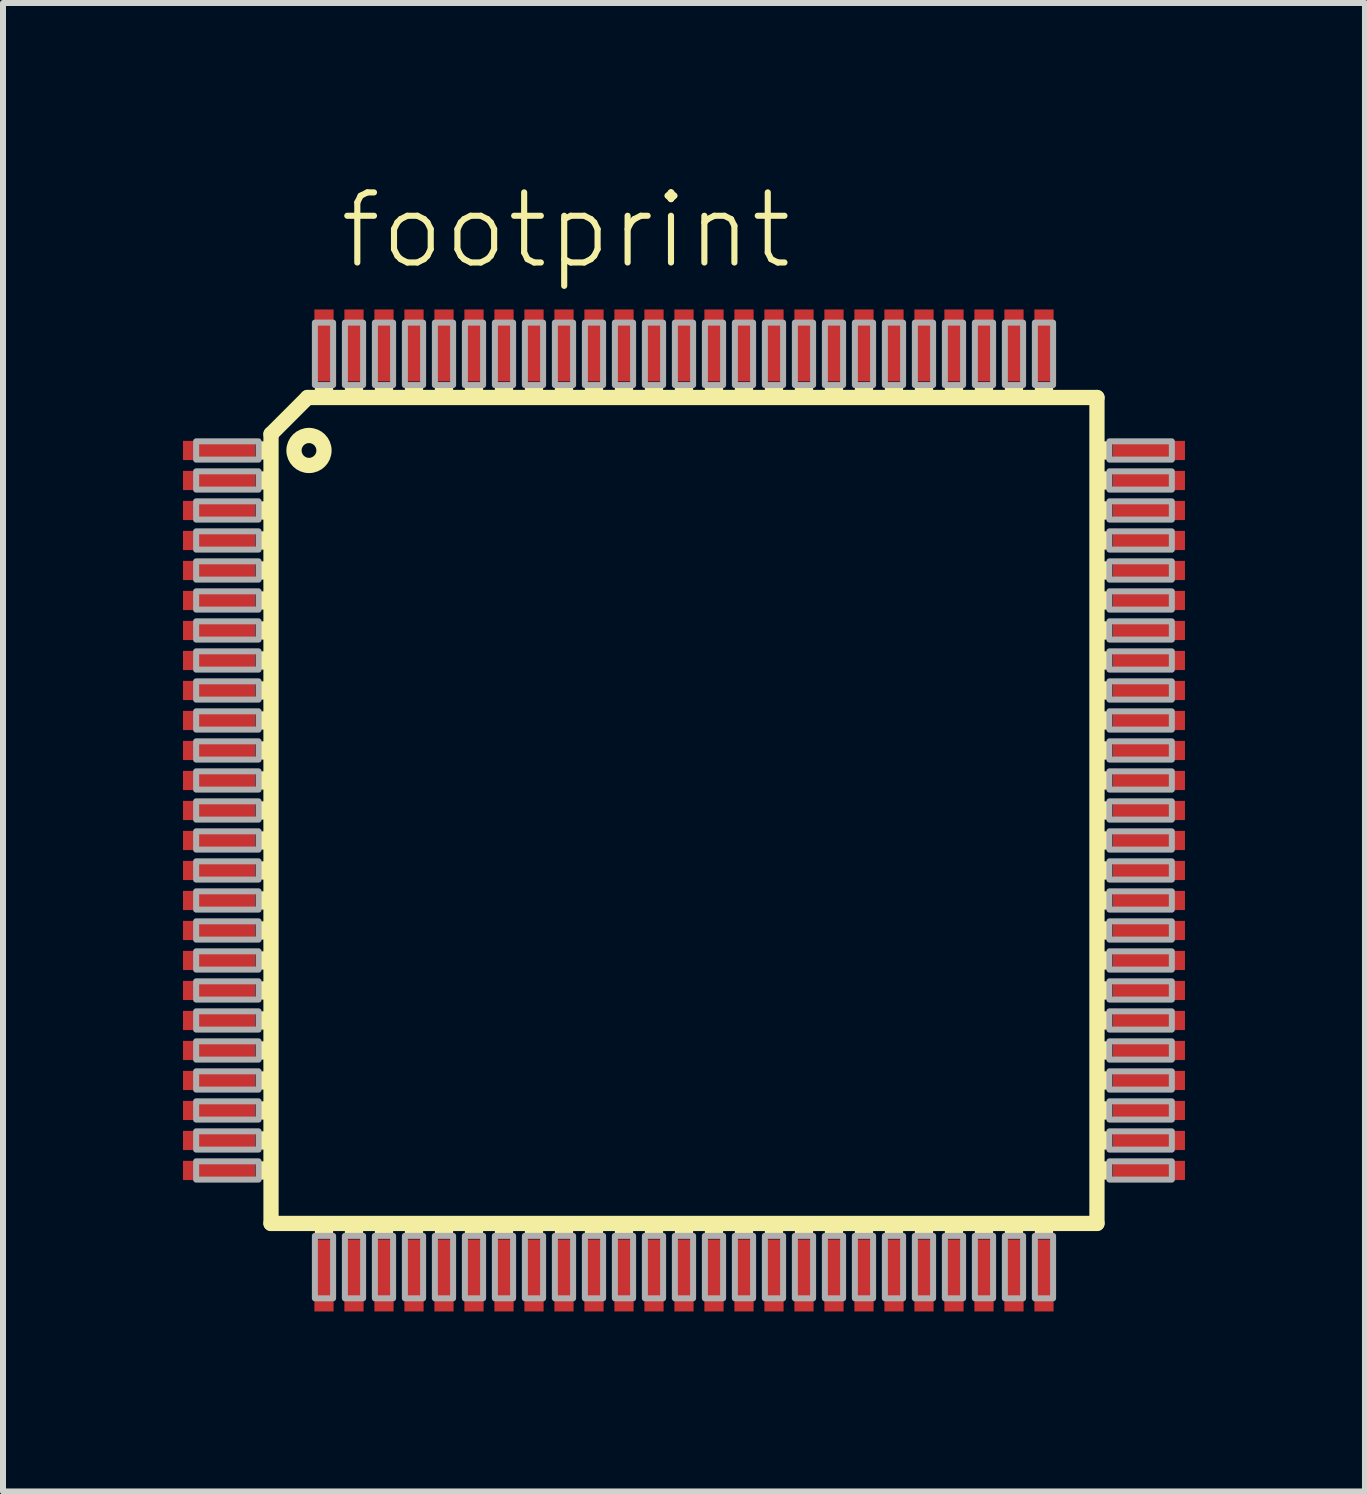
<source format=kicad_pcb>
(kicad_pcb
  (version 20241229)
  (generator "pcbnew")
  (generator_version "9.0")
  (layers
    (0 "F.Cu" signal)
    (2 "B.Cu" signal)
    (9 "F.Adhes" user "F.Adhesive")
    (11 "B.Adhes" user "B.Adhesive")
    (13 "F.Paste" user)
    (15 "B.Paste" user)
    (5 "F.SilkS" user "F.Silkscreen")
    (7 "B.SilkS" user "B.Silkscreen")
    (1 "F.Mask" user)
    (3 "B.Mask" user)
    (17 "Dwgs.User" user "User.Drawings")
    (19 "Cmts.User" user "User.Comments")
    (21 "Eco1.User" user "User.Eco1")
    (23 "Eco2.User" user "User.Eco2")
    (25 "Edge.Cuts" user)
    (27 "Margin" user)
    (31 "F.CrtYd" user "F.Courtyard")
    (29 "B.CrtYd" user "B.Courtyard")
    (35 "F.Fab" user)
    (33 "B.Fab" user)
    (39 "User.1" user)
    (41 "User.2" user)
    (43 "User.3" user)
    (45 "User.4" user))
  (footprint "footprint"
    (layer "F.Cu")
    (at 8.35 10.458)
    (property "Reference" "footprint" (at -5.79 -8.985 0) (layer "F.SilkS") (effects (font (size 1.168 1.168) (thickness 0.102)) (justify left bottom)))
    (fp_line (start -6.883 -6.274) (end -6.274 -6.883) (stroke (width 0.254) (type solid)) (layer "F.SilkS"))
    (fp_line (start -6.883 6.883) (end -6.883 -6.274) (stroke (width 0.254) (type solid)) (layer "F.SilkS"))
    (fp_line (start -6.274 -6.883) (end 6.883 -6.883) (stroke (width 0.254) (type solid)) (layer "F.SilkS"))
    (fp_line (start 6.883 -6.883) (end 6.883 6.883) (stroke (width 0.254) (type solid)) (layer "F.SilkS"))
    (fp_line (start 6.883 6.883) (end -6.883 6.883) (stroke (width 0.254) (type solid)) (layer "F.SilkS"))
    (fp_circle (center -6.25 -6) (end -6 -6) (stroke (width 0.254) (type solid)) (fill no) (layer "F.SilkS"))
    (fp_poly (pts (xy -7.115 -5.848) (xy -6.861 -5.848) (xy -6.861 -6.152) (xy -7.115 -6.152)) (stroke (width 0) (type solid)) (fill yes) (layer "F.SilkS"))
    (fp_poly (pts (xy -7.115 -5.348) (xy -6.861 -5.348) (xy -6.861 -5.652) (xy -7.115 -5.652)) (stroke (width 0) (type solid)) (fill yes) (layer "F.SilkS"))
    (fp_poly (pts (xy -7.115 -4.848) (xy -6.861 -4.848) (xy -6.861 -5.152) (xy -7.115 -5.152)) (stroke (width 0) (type solid)) (fill yes) (layer "F.SilkS"))
    (fp_poly (pts (xy -7.115 -4.348) (xy -6.861 -4.348) (xy -6.861 -4.652) (xy -7.115 -4.652)) (stroke (width 0) (type solid)) (fill yes) (layer "F.SilkS"))
    (fp_poly (pts (xy -7.115 -3.848) (xy -6.861 -3.848) (xy -6.861 -4.152) (xy -7.115 -4.152)) (stroke (width 0) (type solid)) (fill yes) (layer "F.SilkS"))
    (fp_poly (pts (xy -7.115 -3.348) (xy -6.861 -3.348) (xy -6.861 -3.652) (xy -7.115 -3.652)) (stroke (width 0) (type solid)) (fill yes) (layer "F.SilkS"))
    (fp_poly (pts (xy -7.115 -2.848) (xy -6.861 -2.848) (xy -6.861 -3.152) (xy -7.115 -3.152)) (stroke (width 0) (type solid)) (fill yes) (layer "F.SilkS"))
    (fp_poly (pts (xy -7.115 -2.348) (xy -6.861 -2.348) (xy -6.861 -2.652) (xy -7.115 -2.652)) (stroke (width 0) (type solid)) (fill yes) (layer "F.SilkS"))
    (fp_poly (pts (xy -7.115 -1.848) (xy -6.861 -1.848) (xy -6.861 -2.152) (xy -7.115 -2.152)) (stroke (width 0) (type solid)) (fill yes) (layer "F.SilkS"))
    (fp_poly (pts (xy -7.115 -1.348) (xy -6.861 -1.348) (xy -6.861 -1.652) (xy -7.115 -1.652)) (stroke (width 0) (type solid)) (fill yes) (layer "F.SilkS"))
    (fp_poly (pts (xy -7.115 -0.848) (xy -6.861 -0.848) (xy -6.861 -1.152) (xy -7.115 -1.152)) (stroke (width 0) (type solid)) (fill yes) (layer "F.SilkS"))
    (fp_poly (pts (xy -7.115 -0.348) (xy -6.861 -0.348) (xy -6.861 -0.652) (xy -7.115 -0.652)) (stroke (width 0) (type solid)) (fill yes) (layer "F.SilkS"))
    (fp_poly (pts (xy -7.115 0.152) (xy -6.861 0.152) (xy -6.861 -0.152) (xy -7.115 -0.152)) (stroke (width 0) (type solid)) (fill yes) (layer "F.SilkS"))
    (fp_poly (pts (xy -7.115 0.652) (xy -6.861 0.652) (xy -6.861 0.348) (xy -7.115 0.348)) (stroke (width 0) (type solid)) (fill yes) (layer "F.SilkS"))
    (fp_poly (pts (xy -7.115 1.152) (xy -6.861 1.152) (xy -6.861 0.848) (xy -7.115 0.848)) (stroke (width 0) (type solid)) (fill yes) (layer "F.SilkS"))
    (fp_poly (pts (xy -7.115 1.652) (xy -6.861 1.652) (xy -6.861 1.348) (xy -7.115 1.348)) (stroke (width 0) (type solid)) (fill yes) (layer "F.SilkS"))
    (fp_poly (pts (xy -7.115 2.152) (xy -6.861 2.152) (xy -6.861 1.848) (xy -7.115 1.848)) (stroke (width 0) (type solid)) (fill yes) (layer "F.SilkS"))
    (fp_poly (pts (xy -7.115 2.652) (xy -6.861 2.652) (xy -6.861 2.348) (xy -7.115 2.348)) (stroke (width 0) (type solid)) (fill yes) (layer "F.SilkS"))
    (fp_poly (pts (xy -7.115 3.152) (xy -6.861 3.152) (xy -6.861 2.848) (xy -7.115 2.848)) (stroke (width 0) (type solid)) (fill yes) (layer "F.SilkS"))
    (fp_poly (pts (xy -7.115 3.652) (xy -6.861 3.652) (xy -6.861 3.348) (xy -7.115 3.348)) (stroke (width 0) (type solid)) (fill yes) (layer "F.SilkS"))
    (fp_poly (pts (xy -7.115 4.152) (xy -6.861 4.152) (xy -6.861 3.848) (xy -7.115 3.848)) (stroke (width 0) (type solid)) (fill yes) (layer "F.SilkS"))
    (fp_poly (pts (xy -7.115 4.652) (xy -6.861 4.652) (xy -6.861 4.348) (xy -7.115 4.348)) (stroke (width 0) (type solid)) (fill yes) (layer "F.SilkS"))
    (fp_poly (pts (xy -7.115 5.152) (xy -6.861 5.152) (xy -6.861 4.848) (xy -7.115 4.848)) (stroke (width 0) (type solid)) (fill yes) (layer "F.SilkS"))
    (fp_poly (pts (xy -7.115 5.652) (xy -6.861 5.652) (xy -6.861 5.348) (xy -7.115 5.348)) (stroke (width 0) (type solid)) (fill yes) (layer "F.SilkS"))
    (fp_poly (pts (xy -7.115 6.152) (xy -6.861 6.152) (xy -6.861 5.848) (xy -7.115 5.848)) (stroke (width 0) (type solid)) (fill yes) (layer "F.SilkS"))
    (fp_poly (pts (xy -6.152 -6.861) (xy -5.848 -6.861) (xy -5.848 -7.115) (xy -6.152 -7.115)) (stroke (width 0) (type solid)) (fill yes) (layer "F.SilkS"))
    (fp_poly (pts (xy -6.152 7.115) (xy -5.848 7.115) (xy -5.848 6.861) (xy -6.152 6.861)) (stroke (width 0) (type solid)) (fill yes) (layer "F.SilkS"))
    (fp_poly (pts (xy -5.652 -6.861) (xy -5.348 -6.861) (xy -5.348 -7.115) (xy -5.652 -7.115)) (stroke (width 0) (type solid)) (fill yes) (layer "F.SilkS"))
    (fp_poly (pts (xy -5.652 7.115) (xy -5.348 7.115) (xy -5.348 6.861) (xy -5.652 6.861)) (stroke (width 0) (type solid)) (fill yes) (layer "F.SilkS"))
    (fp_poly (pts (xy -5.152 -6.861) (xy -4.848 -6.861) (xy -4.848 -7.115) (xy -5.152 -7.115)) (stroke (width 0) (type solid)) (fill yes) (layer "F.SilkS"))
    (fp_poly (pts (xy -5.152 7.115) (xy -4.848 7.115) (xy -4.848 6.861) (xy -5.152 6.861)) (stroke (width 0) (type solid)) (fill yes) (layer "F.SilkS"))
    (fp_poly (pts (xy -4.652 -6.861) (xy -4.348 -6.861) (xy -4.348 -7.115) (xy -4.652 -7.115)) (stroke (width 0) (type solid)) (fill yes) (layer "F.SilkS"))
    (fp_poly (pts (xy -4.652 7.115) (xy -4.348 7.115) (xy -4.348 6.861) (xy -4.652 6.861)) (stroke (width 0) (type solid)) (fill yes) (layer "F.SilkS"))
    (fp_poly (pts (xy -4.152 -6.861) (xy -3.848 -6.861) (xy -3.848 -7.115) (xy -4.152 -7.115)) (stroke (width 0) (type solid)) (fill yes) (layer "F.SilkS"))
    (fp_poly (pts (xy -4.152 7.115) (xy -3.848 7.115) (xy -3.848 6.861) (xy -4.152 6.861)) (stroke (width 0) (type solid)) (fill yes) (layer "F.SilkS"))
    (fp_poly (pts (xy -3.652 -6.861) (xy -3.348 -6.861) (xy -3.348 -7.115) (xy -3.652 -7.115)) (stroke (width 0) (type solid)) (fill yes) (layer "F.SilkS"))
    (fp_poly (pts (xy -3.652 7.115) (xy -3.348 7.115) (xy -3.348 6.861) (xy -3.652 6.861)) (stroke (width 0) (type solid)) (fill yes) (layer "F.SilkS"))
    (fp_poly (pts (xy -3.152 -6.861) (xy -2.848 -6.861) (xy -2.848 -7.115) (xy -3.152 -7.115)) (stroke (width 0) (type solid)) (fill yes) (layer "F.SilkS"))
    (fp_poly (pts (xy -3.152 7.115) (xy -2.848 7.115) (xy -2.848 6.861) (xy -3.152 6.861)) (stroke (width 0) (type solid)) (fill yes) (layer "F.SilkS"))
    (fp_poly (pts (xy -2.652 -6.861) (xy -2.348 -6.861) (xy -2.348 -7.115) (xy -2.652 -7.115)) (stroke (width 0) (type solid)) (fill yes) (layer "F.SilkS"))
    (fp_poly (pts (xy -2.652 7.115) (xy -2.348 7.115) (xy -2.348 6.861) (xy -2.652 6.861)) (stroke (width 0) (type solid)) (fill yes) (layer "F.SilkS"))
    (fp_poly (pts (xy -2.152 -6.861) (xy -1.848 -6.861) (xy -1.848 -7.115) (xy -2.152 -7.115)) (stroke (width 0) (type solid)) (fill yes) (layer "F.SilkS"))
    (fp_poly (pts (xy -2.152 7.115) (xy -1.848 7.115) (xy -1.848 6.861) (xy -2.152 6.861)) (stroke (width 0) (type solid)) (fill yes) (layer "F.SilkS"))
    (fp_poly (pts (xy -1.652 -6.861) (xy -1.348 -6.861) (xy -1.348 -7.115) (xy -1.652 -7.115)) (stroke (width 0) (type solid)) (fill yes) (layer "F.SilkS"))
    (fp_poly (pts (xy -1.652 7.115) (xy -1.348 7.115) (xy -1.348 6.861) (xy -1.652 6.861)) (stroke (width 0) (type solid)) (fill yes) (layer "F.SilkS"))
    (fp_poly (pts (xy -1.152 -6.861) (xy -0.848 -6.861) (xy -0.848 -7.115) (xy -1.152 -7.115)) (stroke (width 0) (type solid)) (fill yes) (layer "F.SilkS"))
    (fp_poly (pts (xy -1.152 7.115) (xy -0.848 7.115) (xy -0.848 6.861) (xy -1.152 6.861)) (stroke (width 0) (type solid)) (fill yes) (layer "F.SilkS"))
    (fp_poly (pts (xy -0.652 -6.861) (xy -0.348 -6.861) (xy -0.348 -7.115) (xy -0.652 -7.115)) (stroke (width 0) (type solid)) (fill yes) (layer "F.SilkS"))
    (fp_poly (pts (xy -0.652 7.115) (xy -0.348 7.115) (xy -0.348 6.861) (xy -0.652 6.861)) (stroke (width 0) (type solid)) (fill yes) (layer "F.SilkS"))
    (fp_poly (pts (xy -0.152 -6.861) (xy 0.152 -6.861) (xy 0.152 -7.115) (xy -0.152 -7.115)) (stroke (width 0) (type solid)) (fill yes) (layer "F.SilkS"))
    (fp_poly (pts (xy -0.152 7.115) (xy 0.152 7.115) (xy 0.152 6.861) (xy -0.152 6.861)) (stroke (width 0) (type solid)) (fill yes) (layer "F.SilkS"))
    (fp_poly (pts (xy 0.348 -6.861) (xy 0.652 -6.861) (xy 0.652 -7.115) (xy 0.348 -7.115)) (stroke (width 0) (type solid)) (fill yes) (layer "F.SilkS"))
    (fp_poly (pts (xy 0.348 7.115) (xy 0.652 7.115) (xy 0.652 6.861) (xy 0.348 6.861)) (stroke (width 0) (type solid)) (fill yes) (layer "F.SilkS"))
    (fp_poly (pts (xy 0.848 -6.861) (xy 1.152 -6.861) (xy 1.152 -7.115) (xy 0.848 -7.115)) (stroke (width 0) (type solid)) (fill yes) (layer "F.SilkS"))
    (fp_poly (pts (xy 0.848 7.115) (xy 1.152 7.115) (xy 1.152 6.861) (xy 0.848 6.861)) (stroke (width 0) (type solid)) (fill yes) (layer "F.SilkS"))
    (fp_poly (pts (xy 1.348 -6.861) (xy 1.652 -6.861) (xy 1.652 -7.115) (xy 1.348 -7.115)) (stroke (width 0) (type solid)) (fill yes) (layer "F.SilkS"))
    (fp_poly (pts (xy 1.348 7.115) (xy 1.652 7.115) (xy 1.652 6.861) (xy 1.348 6.861)) (stroke (width 0) (type solid)) (fill yes) (layer "F.SilkS"))
    (fp_poly (pts (xy 1.848 -6.861) (xy 2.152 -6.861) (xy 2.152 -7.115) (xy 1.848 -7.115)) (stroke (width 0) (type solid)) (fill yes) (layer "F.SilkS"))
    (fp_poly (pts (xy 1.848 7.115) (xy 2.152 7.115) (xy 2.152 6.861) (xy 1.848 6.861)) (stroke (width 0) (type solid)) (fill yes) (layer "F.SilkS"))
    (fp_poly (pts (xy 2.348 -6.861) (xy 2.652 -6.861) (xy 2.652 -7.115) (xy 2.348 -7.115)) (stroke (width 0) (type solid)) (fill yes) (layer "F.SilkS"))
    (fp_poly (pts (xy 2.348 7.115) (xy 2.652 7.115) (xy 2.652 6.861) (xy 2.348 6.861)) (stroke (width 0) (type solid)) (fill yes) (layer "F.SilkS"))
    (fp_poly (pts (xy 2.848 -6.861) (xy 3.152 -6.861) (xy 3.152 -7.115) (xy 2.848 -7.115)) (stroke (width 0) (type solid)) (fill yes) (layer "F.SilkS"))
    (fp_poly (pts (xy 2.848 7.115) (xy 3.152 7.115) (xy 3.152 6.861) (xy 2.848 6.861)) (stroke (width 0) (type solid)) (fill yes) (layer "F.SilkS"))
    (fp_poly (pts (xy 3.348 -6.861) (xy 3.652 -6.861) (xy 3.652 -7.115) (xy 3.348 -7.115)) (stroke (width 0) (type solid)) (fill yes) (layer "F.SilkS"))
    (fp_poly (pts (xy 3.348 7.115) (xy 3.652 7.115) (xy 3.652 6.861) (xy 3.348 6.861)) (stroke (width 0) (type solid)) (fill yes) (layer "F.SilkS"))
    (fp_poly (pts (xy 3.848 -6.861) (xy 4.152 -6.861) (xy 4.152 -7.115) (xy 3.848 -7.115)) (stroke (width 0) (type solid)) (fill yes) (layer "F.SilkS"))
    (fp_poly (pts (xy 3.848 7.115) (xy 4.152 7.115) (xy 4.152 6.861) (xy 3.848 6.861)) (stroke (width 0) (type solid)) (fill yes) (layer "F.SilkS"))
    (fp_poly (pts (xy 4.348 -6.861) (xy 4.652 -6.861) (xy 4.652 -7.115) (xy 4.348 -7.115)) (stroke (width 0) (type solid)) (fill yes) (layer "F.SilkS"))
    (fp_poly (pts (xy 4.348 7.115) (xy 4.652 7.115) (xy 4.652 6.861) (xy 4.348 6.861)) (stroke (width 0) (type solid)) (fill yes) (layer "F.SilkS"))
    (fp_poly (pts (xy 4.848 -6.861) (xy 5.152 -6.861) (xy 5.152 -7.115) (xy 4.848 -7.115)) (stroke (width 0) (type solid)) (fill yes) (layer "F.SilkS"))
    (fp_poly (pts (xy 4.848 7.115) (xy 5.152 7.115) (xy 5.152 6.861) (xy 4.848 6.861)) (stroke (width 0) (type solid)) (fill yes) (layer "F.SilkS"))
    (fp_poly (pts (xy 5.348 -6.861) (xy 5.652 -6.861) (xy 5.652 -7.115) (xy 5.348 -7.115)) (stroke (width 0) (type solid)) (fill yes) (layer "F.SilkS"))
    (fp_poly (pts (xy 5.348 7.115) (xy 5.652 7.115) (xy 5.652 6.861) (xy 5.348 6.861)) (stroke (width 0) (type solid)) (fill yes) (layer "F.SilkS"))
    (fp_poly (pts (xy 5.848 -6.861) (xy 6.152 -6.861) (xy 6.152 -7.115) (xy 5.848 -7.115)) (stroke (width 0) (type solid)) (fill yes) (layer "F.SilkS"))
    (fp_poly (pts (xy 5.848 7.115) (xy 6.152 7.115) (xy 6.152 6.861) (xy 5.848 6.861)) (stroke (width 0) (type solid)) (fill yes) (layer "F.SilkS"))
    (fp_poly (pts (xy 6.861 -5.848) (xy 7.115 -5.848) (xy 7.115 -6.152) (xy 6.861 -6.152)) (stroke (width 0) (type solid)) (fill yes) (layer "F.SilkS"))
    (fp_poly (pts (xy 6.861 -5.348) (xy 7.115 -5.348) (xy 7.115 -5.652) (xy 6.861 -5.652)) (stroke (width 0) (type solid)) (fill yes) (layer "F.SilkS"))
    (fp_poly (pts (xy 6.861 -4.848) (xy 7.115 -4.848) (xy 7.115 -5.152) (xy 6.861 -5.152)) (stroke (width 0) (type solid)) (fill yes) (layer "F.SilkS"))
    (fp_poly (pts (xy 6.861 -4.348) (xy 7.115 -4.348) (xy 7.115 -4.652) (xy 6.861 -4.652)) (stroke (width 0) (type solid)) (fill yes) (layer "F.SilkS"))
    (fp_poly (pts (xy 6.861 -3.848) (xy 7.115 -3.848) (xy 7.115 -4.152) (xy 6.861 -4.152)) (stroke (width 0) (type solid)) (fill yes) (layer "F.SilkS"))
    (fp_poly (pts (xy 6.861 -3.348) (xy 7.115 -3.348) (xy 7.115 -3.652) (xy 6.861 -3.652)) (stroke (width 0) (type solid)) (fill yes) (layer "F.SilkS"))
    (fp_poly (pts (xy 6.861 -2.848) (xy 7.115 -2.848) (xy 7.115 -3.152) (xy 6.861 -3.152)) (stroke (width 0) (type solid)) (fill yes) (layer "F.SilkS"))
    (fp_poly (pts (xy 6.861 -2.348) (xy 7.115 -2.348) (xy 7.115 -2.652) (xy 6.861 -2.652)) (stroke (width 0) (type solid)) (fill yes) (layer "F.SilkS"))
    (fp_poly (pts (xy 6.861 -1.848) (xy 7.115 -1.848) (xy 7.115 -2.152) (xy 6.861 -2.152)) (stroke (width 0) (type solid)) (fill yes) (layer "F.SilkS"))
    (fp_poly (pts (xy 6.861 -1.348) (xy 7.115 -1.348) (xy 7.115 -1.652) (xy 6.861 -1.652)) (stroke (width 0) (type solid)) (fill yes) (layer "F.SilkS"))
    (fp_poly (pts (xy 6.861 -0.848) (xy 7.115 -0.848) (xy 7.115 -1.152) (xy 6.861 -1.152)) (stroke (width 0) (type solid)) (fill yes) (layer "F.SilkS"))
    (fp_poly (pts (xy 6.861 -0.348) (xy 7.115 -0.348) (xy 7.115 -0.652) (xy 6.861 -0.652)) (stroke (width 0) (type solid)) (fill yes) (layer "F.SilkS"))
    (fp_poly (pts (xy 6.861 0.152) (xy 7.115 0.152) (xy 7.115 -0.152) (xy 6.861 -0.152)) (stroke (width 0) (type solid)) (fill yes) (layer "F.SilkS"))
    (fp_poly (pts (xy 6.861 0.652) (xy 7.115 0.652) (xy 7.115 0.348) (xy 6.861 0.348)) (stroke (width 0) (type solid)) (fill yes) (layer "F.SilkS"))
    (fp_poly (pts (xy 6.861 1.152) (xy 7.115 1.152) (xy 7.115 0.848) (xy 6.861 0.848)) (stroke (width 0) (type solid)) (fill yes) (layer "F.SilkS"))
    (fp_poly (pts (xy 6.861 1.652) (xy 7.115 1.652) (xy 7.115 1.348) (xy 6.861 1.348)) (stroke (width 0) (type solid)) (fill yes) (layer "F.SilkS"))
    (fp_poly (pts (xy 6.861 2.152) (xy 7.115 2.152) (xy 7.115 1.848) (xy 6.861 1.848)) (stroke (width 0) (type solid)) (fill yes) (layer "F.SilkS"))
    (fp_poly (pts (xy 6.861 2.652) (xy 7.115 2.652) (xy 7.115 2.348) (xy 6.861 2.348)) (stroke (width 0) (type solid)) (fill yes) (layer "F.SilkS"))
    (fp_poly (pts (xy 6.861 3.152) (xy 7.115 3.152) (xy 7.115 2.848) (xy 6.861 2.848)) (stroke (width 0) (type solid)) (fill yes) (layer "F.SilkS"))
    (fp_poly (pts (xy 6.861 3.652) (xy 7.115 3.652) (xy 7.115 3.348) (xy 6.861 3.348)) (stroke (width 0) (type solid)) (fill yes) (layer "F.SilkS"))
    (fp_poly (pts (xy 6.861 4.152) (xy 7.115 4.152) (xy 7.115 3.848) (xy 6.861 3.848)) (stroke (width 0) (type solid)) (fill yes) (layer "F.SilkS"))
    (fp_poly (pts (xy 6.861 4.652) (xy 7.115 4.652) (xy 7.115 4.348) (xy 6.861 4.348)) (stroke (width 0) (type solid)) (fill yes) (layer "F.SilkS"))
    (fp_poly (pts (xy 6.861 5.152) (xy 7.115 5.152) (xy 7.115 4.848) (xy 6.861 4.848)) (stroke (width 0) (type solid)) (fill yes) (layer "F.SilkS"))
    (fp_poly (pts (xy 6.861 5.652) (xy 7.115 5.652) (xy 7.115 5.348) (xy 6.861 5.348)) (stroke (width 0) (type solid)) (fill yes) (layer "F.SilkS"))
    (fp_poly (pts (xy 6.861 6.152) (xy 7.115 6.152) (xy 7.115 5.848) (xy 6.861 5.848)) (stroke (width 0) (type solid)) (fill yes) (layer "F.SilkS"))
    (fp_poly (pts (xy -8.131 -5.848) (xy -7.09 -5.848) (xy -7.09 -6.152) (xy -8.131 -6.152)) (stroke (width 0.1) (type solid)) (fill no) (layer "F.Fab"))
    (fp_poly (pts (xy -8.131 -5.348) (xy -7.09 -5.348) (xy -7.09 -5.652) (xy -8.131 -5.652)) (stroke (width 0.1) (type solid)) (fill no) (layer "F.Fab"))
    (fp_poly (pts (xy -8.131 -4.848) (xy -7.09 -4.848) (xy -7.09 -5.152) (xy -8.131 -5.152)) (stroke (width 0.1) (type solid)) (fill no) (layer "F.Fab"))
    (fp_poly (pts (xy -8.131 -4.348) (xy -7.09 -4.348) (xy -7.09 -4.652) (xy -8.131 -4.652)) (stroke (width 0.1) (type solid)) (fill no) (layer "F.Fab"))
    (fp_poly (pts (xy -8.131 -3.848) (xy -7.09 -3.848) (xy -7.09 -4.152) (xy -8.131 -4.152)) (stroke (width 0.1) (type solid)) (fill no) (layer "F.Fab"))
    (fp_poly (pts (xy -8.131 -3.348) (xy -7.09 -3.348) (xy -7.09 -3.652) (xy -8.131 -3.652)) (stroke (width 0.1) (type solid)) (fill no) (layer "F.Fab"))
    (fp_poly (pts (xy -8.131 -2.848) (xy -7.09 -2.848) (xy -7.09 -3.152) (xy -8.131 -3.152)) (stroke (width 0.1) (type solid)) (fill no) (layer "F.Fab"))
    (fp_poly (pts (xy -8.131 -2.348) (xy -7.09 -2.348) (xy -7.09 -2.652) (xy -8.131 -2.652)) (stroke (width 0.1) (type solid)) (fill no) (layer "F.Fab"))
    (fp_poly (pts (xy -8.131 -1.848) (xy -7.09 -1.848) (xy -7.09 -2.152) (xy -8.131 -2.152)) (stroke (width 0.1) (type solid)) (fill no) (layer "F.Fab"))
    (fp_poly (pts (xy -8.131 -1.348) (xy -7.09 -1.348) (xy -7.09 -1.652) (xy -8.131 -1.652)) (stroke (width 0.1) (type solid)) (fill no) (layer "F.Fab"))
    (fp_poly (pts (xy -8.131 -0.848) (xy -7.09 -0.848) (xy -7.09 -1.152) (xy -8.131 -1.152)) (stroke (width 0.1) (type solid)) (fill no) (layer "F.Fab"))
    (fp_poly (pts (xy -8.131 -0.348) (xy -7.09 -0.348) (xy -7.09 -0.652) (xy -8.131 -0.652)) (stroke (width 0.1) (type solid)) (fill no) (layer "F.Fab"))
    (fp_poly (pts (xy -8.131 0.152) (xy -7.09 0.152) (xy -7.09 -0.152) (xy -8.131 -0.152)) (stroke (width 0.1) (type solid)) (fill no) (layer "F.Fab"))
    (fp_poly (pts (xy -8.131 0.652) (xy -7.09 0.652) (xy -7.09 0.348) (xy -8.131 0.348)) (stroke (width 0.1) (type solid)) (fill no) (layer "F.Fab"))
    (fp_poly (pts (xy -8.131 1.152) (xy -7.09 1.152) (xy -7.09 0.848) (xy -8.131 0.848)) (stroke (width 0.1) (type solid)) (fill no) (layer "F.Fab"))
    (fp_poly (pts (xy -8.131 1.652) (xy -7.09 1.652) (xy -7.09 1.348) (xy -8.131 1.348)) (stroke (width 0.1) (type solid)) (fill no) (layer "F.Fab"))
    (fp_poly (pts (xy -8.131 2.152) (xy -7.09 2.152) (xy -7.09 1.848) (xy -8.131 1.848)) (stroke (width 0.1) (type solid)) (fill no) (layer "F.Fab"))
    (fp_poly (pts (xy -8.131 2.652) (xy -7.09 2.652) (xy -7.09 2.348) (xy -8.131 2.348)) (stroke (width 0.1) (type solid)) (fill no) (layer "F.Fab"))
    (fp_poly (pts (xy -8.131 3.152) (xy -7.09 3.152) (xy -7.09 2.848) (xy -8.131 2.848)) (stroke (width 0.1) (type solid)) (fill no) (layer "F.Fab"))
    (fp_poly (pts (xy -8.131 3.652) (xy -7.09 3.652) (xy -7.09 3.348) (xy -8.131 3.348)) (stroke (width 0.1) (type solid)) (fill no) (layer "F.Fab"))
    (fp_poly (pts (xy -8.131 4.152) (xy -7.09 4.152) (xy -7.09 3.848) (xy -8.131 3.848)) (stroke (width 0.1) (type solid)) (fill no) (layer "F.Fab"))
    (fp_poly (pts (xy -8.131 4.652) (xy -7.09 4.652) (xy -7.09 4.348) (xy -8.131 4.348)) (stroke (width 0.1) (type solid)) (fill no) (layer "F.Fab"))
    (fp_poly (pts (xy -8.131 5.152) (xy -7.09 5.152) (xy -7.09 4.848) (xy -8.131 4.848)) (stroke (width 0.1) (type solid)) (fill no) (layer "F.Fab"))
    (fp_poly (pts (xy -8.131 5.652) (xy -7.09 5.652) (xy -7.09 5.348) (xy -8.131 5.348)) (stroke (width 0.1) (type solid)) (fill no) (layer "F.Fab"))
    (fp_poly (pts (xy -8.131 6.152) (xy -7.09 6.152) (xy -7.09 5.848) (xy -8.131 5.848)) (stroke (width 0.1) (type solid)) (fill no) (layer "F.Fab"))
    (fp_poly (pts (xy -6.152 -7.09) (xy -5.848 -7.09) (xy -5.848 -8.131) (xy -6.152 -8.131)) (stroke (width 0.1) (type solid)) (fill no) (layer "F.Fab"))
    (fp_poly (pts (xy -6.152 8.131) (xy -5.848 8.131) (xy -5.848 7.09) (xy -6.152 7.09)) (stroke (width 0.1) (type solid)) (fill no) (layer "F.Fab"))
    (fp_poly (pts (xy -5.652 -7.09) (xy -5.348 -7.09) (xy -5.348 -8.131) (xy -5.652 -8.131)) (stroke (width 0.1) (type solid)) (fill no) (layer "F.Fab"))
    (fp_poly (pts (xy -5.652 8.131) (xy -5.348 8.131) (xy -5.348 7.09) (xy -5.652 7.09)) (stroke (width 0.1) (type solid)) (fill no) (layer "F.Fab"))
    (fp_poly (pts (xy -5.152 -7.09) (xy -4.848 -7.09) (xy -4.848 -8.131) (xy -5.152 -8.131)) (stroke (width 0.1) (type solid)) (fill no) (layer "F.Fab"))
    (fp_poly (pts (xy -5.152 8.131) (xy -4.848 8.131) (xy -4.848 7.09) (xy -5.152 7.09)) (stroke (width 0.1) (type solid)) (fill no) (layer "F.Fab"))
    (fp_poly (pts (xy -4.652 -7.09) (xy -4.348 -7.09) (xy -4.348 -8.131) (xy -4.652 -8.131)) (stroke (width 0.1) (type solid)) (fill no) (layer "F.Fab"))
    (fp_poly (pts (xy -4.652 8.131) (xy -4.348 8.131) (xy -4.348 7.09) (xy -4.652 7.09)) (stroke (width 0.1) (type solid)) (fill no) (layer "F.Fab"))
    (fp_poly (pts (xy -4.152 -7.09) (xy -3.848 -7.09) (xy -3.848 -8.131) (xy -4.152 -8.131)) (stroke (width 0.1) (type solid)) (fill no) (layer "F.Fab"))
    (fp_poly (pts (xy -4.152 8.131) (xy -3.848 8.131) (xy -3.848 7.09) (xy -4.152 7.09)) (stroke (width 0.1) (type solid)) (fill no) (layer "F.Fab"))
    (fp_poly (pts (xy -3.652 -7.09) (xy -3.348 -7.09) (xy -3.348 -8.131) (xy -3.652 -8.131)) (stroke (width 0.1) (type solid)) (fill no) (layer "F.Fab"))
    (fp_poly (pts (xy -3.652 8.131) (xy -3.348 8.131) (xy -3.348 7.09) (xy -3.652 7.09)) (stroke (width 0.1) (type solid)) (fill no) (layer "F.Fab"))
    (fp_poly (pts (xy -3.152 -7.09) (xy -2.848 -7.09) (xy -2.848 -8.131) (xy -3.152 -8.131)) (stroke (width 0.1) (type solid)) (fill no) (layer "F.Fab"))
    (fp_poly (pts (xy -3.152 8.131) (xy -2.848 8.131) (xy -2.848 7.09) (xy -3.152 7.09)) (stroke (width 0.1) (type solid)) (fill no) (layer "F.Fab"))
    (fp_poly (pts (xy -2.652 -7.09) (xy -2.348 -7.09) (xy -2.348 -8.131) (xy -2.652 -8.131)) (stroke (width 0.1) (type solid)) (fill no) (layer "F.Fab"))
    (fp_poly (pts (xy -2.652 8.131) (xy -2.348 8.131) (xy -2.348 7.09) (xy -2.652 7.09)) (stroke (width 0.1) (type solid)) (fill no) (layer "F.Fab"))
    (fp_poly (pts (xy -2.152 -7.09) (xy -1.848 -7.09) (xy -1.848 -8.131) (xy -2.152 -8.131)) (stroke (width 0.1) (type solid)) (fill no) (layer "F.Fab"))
    (fp_poly (pts (xy -2.152 8.131) (xy -1.848 8.131) (xy -1.848 7.09) (xy -2.152 7.09)) (stroke (width 0.1) (type solid)) (fill no) (layer "F.Fab"))
    (fp_poly (pts (xy -1.652 -7.09) (xy -1.348 -7.09) (xy -1.348 -8.131) (xy -1.652 -8.131)) (stroke (width 0.1) (type solid)) (fill no) (layer "F.Fab"))
    (fp_poly (pts (xy -1.652 8.131) (xy -1.348 8.131) (xy -1.348 7.09) (xy -1.652 7.09)) (stroke (width 0.1) (type solid)) (fill no) (layer "F.Fab"))
    (fp_poly (pts (xy -1.152 -7.09) (xy -0.848 -7.09) (xy -0.848 -8.131) (xy -1.152 -8.131)) (stroke (width 0.1) (type solid)) (fill no) (layer "F.Fab"))
    (fp_poly (pts (xy -1.152 8.131) (xy -0.848 8.131) (xy -0.848 7.09) (xy -1.152 7.09)) (stroke (width 0.1) (type solid)) (fill no) (layer "F.Fab"))
    (fp_poly (pts (xy -0.652 -7.09) (xy -0.348 -7.09) (xy -0.348 -8.131) (xy -0.652 -8.131)) (stroke (width 0.1) (type solid)) (fill no) (layer "F.Fab"))
    (fp_poly (pts (xy -0.652 8.131) (xy -0.348 8.131) (xy -0.348 7.09) (xy -0.652 7.09)) (stroke (width 0.1) (type solid)) (fill no) (layer "F.Fab"))
    (fp_poly (pts (xy -0.152 -7.09) (xy 0.152 -7.09) (xy 0.152 -8.131) (xy -0.152 -8.131)) (stroke (width 0.1) (type solid)) (fill no) (layer "F.Fab"))
    (fp_poly (pts (xy -0.152 8.131) (xy 0.152 8.131) (xy 0.152 7.09) (xy -0.152 7.09)) (stroke (width 0.1) (type solid)) (fill no) (layer "F.Fab"))
    (fp_poly (pts (xy 0.348 -7.09) (xy 0.652 -7.09) (xy 0.652 -8.131) (xy 0.348 -8.131)) (stroke (width 0.1) (type solid)) (fill no) (layer "F.Fab"))
    (fp_poly (pts (xy 0.348 8.131) (xy 0.652 8.131) (xy 0.652 7.09) (xy 0.348 7.09)) (stroke (width 0.1) (type solid)) (fill no) (layer "F.Fab"))
    (fp_poly (pts (xy 0.848 -7.09) (xy 1.152 -7.09) (xy 1.152 -8.131) (xy 0.848 -8.131)) (stroke (width 0.1) (type solid)) (fill no) (layer "F.Fab"))
    (fp_poly (pts (xy 0.848 8.131) (xy 1.152 8.131) (xy 1.152 7.09) (xy 0.848 7.09)) (stroke (width 0.1) (type solid)) (fill no) (layer "F.Fab"))
    (fp_poly (pts (xy 1.348 -7.09) (xy 1.652 -7.09) (xy 1.652 -8.131) (xy 1.348 -8.131)) (stroke (width 0.1) (type solid)) (fill no) (layer "F.Fab"))
    (fp_poly (pts (xy 1.348 8.131) (xy 1.652 8.131) (xy 1.652 7.09) (xy 1.348 7.09)) (stroke (width 0.1) (type solid)) (fill no) (layer "F.Fab"))
    (fp_poly (pts (xy 1.848 -7.09) (xy 2.152 -7.09) (xy 2.152 -8.131) (xy 1.848 -8.131)) (stroke (width 0.1) (type solid)) (fill no) (layer "F.Fab"))
    (fp_poly (pts (xy 1.848 8.131) (xy 2.152 8.131) (xy 2.152 7.09) (xy 1.848 7.09)) (stroke (width 0.1) (type solid)) (fill no) (layer "F.Fab"))
    (fp_poly (pts (xy 2.348 -7.09) (xy 2.652 -7.09) (xy 2.652 -8.131) (xy 2.348 -8.131)) (stroke (width 0.1) (type solid)) (fill no) (layer "F.Fab"))
    (fp_poly (pts (xy 2.348 8.131) (xy 2.652 8.131) (xy 2.652 7.09) (xy 2.348 7.09)) (stroke (width 0.1) (type solid)) (fill no) (layer "F.Fab"))
    (fp_poly (pts (xy 2.848 -7.09) (xy 3.152 -7.09) (xy 3.152 -8.131) (xy 2.848 -8.131)) (stroke (width 0.1) (type solid)) (fill no) (layer "F.Fab"))
    (fp_poly (pts (xy 2.848 8.131) (xy 3.152 8.131) (xy 3.152 7.09) (xy 2.848 7.09)) (stroke (width 0.1) (type solid)) (fill no) (layer "F.Fab"))
    (fp_poly (pts (xy 3.348 -7.09) (xy 3.652 -7.09) (xy 3.652 -8.131) (xy 3.348 -8.131)) (stroke (width 0.1) (type solid)) (fill no) (layer "F.Fab"))
    (fp_poly (pts (xy 3.348 8.131) (xy 3.652 8.131) (xy 3.652 7.09) (xy 3.348 7.09)) (stroke (width 0.1) (type solid)) (fill no) (layer "F.Fab"))
    (fp_poly (pts (xy 3.848 -7.09) (xy 4.152 -7.09) (xy 4.152 -8.131) (xy 3.848 -8.131)) (stroke (width 0.1) (type solid)) (fill no) (layer "F.Fab"))
    (fp_poly (pts (xy 3.848 8.131) (xy 4.152 8.131) (xy 4.152 7.09) (xy 3.848 7.09)) (stroke (width 0.1) (type solid)) (fill no) (layer "F.Fab"))
    (fp_poly (pts (xy 4.348 -7.09) (xy 4.652 -7.09) (xy 4.652 -8.131) (xy 4.348 -8.131)) (stroke (width 0.1) (type solid)) (fill no) (layer "F.Fab"))
    (fp_poly (pts (xy 4.348 8.131) (xy 4.652 8.131) (xy 4.652 7.09) (xy 4.348 7.09)) (stroke (width 0.1) (type solid)) (fill no) (layer "F.Fab"))
    (fp_poly (pts (xy 4.848 -7.09) (xy 5.152 -7.09) (xy 5.152 -8.131) (xy 4.848 -8.131)) (stroke (width 0.1) (type solid)) (fill no) (layer "F.Fab"))
    (fp_poly (pts (xy 4.848 8.131) (xy 5.152 8.131) (xy 5.152 7.09) (xy 4.848 7.09)) (stroke (width 0.1) (type solid)) (fill no) (layer "F.Fab"))
    (fp_poly (pts (xy 5.348 -7.09) (xy 5.652 -7.09) (xy 5.652 -8.131) (xy 5.348 -8.131)) (stroke (width 0.1) (type solid)) (fill no) (layer "F.Fab"))
    (fp_poly (pts (xy 5.348 8.131) (xy 5.652 8.131) (xy 5.652 7.09) (xy 5.348 7.09)) (stroke (width 0.1) (type solid)) (fill no) (layer "F.Fab"))
    (fp_poly (pts (xy 5.848 -7.09) (xy 6.152 -7.09) (xy 6.152 -8.131) (xy 5.848 -8.131)) (stroke (width 0.1) (type solid)) (fill no) (layer "F.Fab"))
    (fp_poly (pts (xy 5.848 8.131) (xy 6.152 8.131) (xy 6.152 7.09) (xy 5.848 7.09)) (stroke (width 0.1) (type solid)) (fill no) (layer "F.Fab"))
    (fp_poly (pts (xy 7.09 -5.848) (xy 8.131 -5.848) (xy 8.131 -6.152) (xy 7.09 -6.152)) (stroke (width 0.1) (type solid)) (fill no) (layer "F.Fab"))
    (fp_poly (pts (xy 7.09 -5.348) (xy 8.131 -5.348) (xy 8.131 -5.652) (xy 7.09 -5.652)) (stroke (width 0.1) (type solid)) (fill no) (layer "F.Fab"))
    (fp_poly (pts (xy 7.09 -4.848) (xy 8.131 -4.848) (xy 8.131 -5.152) (xy 7.09 -5.152)) (stroke (width 0.1) (type solid)) (fill no) (layer "F.Fab"))
    (fp_poly (pts (xy 7.09 -4.348) (xy 8.131 -4.348) (xy 8.131 -4.652) (xy 7.09 -4.652)) (stroke (width 0.1) (type solid)) (fill no) (layer "F.Fab"))
    (fp_poly (pts (xy 7.09 -3.848) (xy 8.131 -3.848) (xy 8.131 -4.152) (xy 7.09 -4.152)) (stroke (width 0.1) (type solid)) (fill no) (layer "F.Fab"))
    (fp_poly (pts (xy 7.09 -3.348) (xy 8.131 -3.348) (xy 8.131 -3.652) (xy 7.09 -3.652)) (stroke (width 0.1) (type solid)) (fill no) (layer "F.Fab"))
    (fp_poly (pts (xy 7.09 -2.848) (xy 8.131 -2.848) (xy 8.131 -3.152) (xy 7.09 -3.152)) (stroke (width 0.1) (type solid)) (fill no) (layer "F.Fab"))
    (fp_poly (pts (xy 7.09 -2.348) (xy 8.131 -2.348) (xy 8.131 -2.652) (xy 7.09 -2.652)) (stroke (width 0.1) (type solid)) (fill no) (layer "F.Fab"))
    (fp_poly (pts (xy 7.09 -1.848) (xy 8.131 -1.848) (xy 8.131 -2.152) (xy 7.09 -2.152)) (stroke (width 0.1) (type solid)) (fill no) (layer "F.Fab"))
    (fp_poly (pts (xy 7.09 -1.348) (xy 8.131 -1.348) (xy 8.131 -1.652) (xy 7.09 -1.652)) (stroke (width 0.1) (type solid)) (fill no) (layer "F.Fab"))
    (fp_poly (pts (xy 7.09 -0.848) (xy 8.131 -0.848) (xy 8.131 -1.152) (xy 7.09 -1.152)) (stroke (width 0.1) (type solid)) (fill no) (layer "F.Fab"))
    (fp_poly (pts (xy 7.09 -0.348) (xy 8.131 -0.348) (xy 8.131 -0.652) (xy 7.09 -0.652)) (stroke (width 0.1) (type solid)) (fill no) (layer "F.Fab"))
    (fp_poly (pts (xy 7.09 0.152) (xy 8.131 0.152) (xy 8.131 -0.152) (xy 7.09 -0.152)) (stroke (width 0.1) (type solid)) (fill no) (layer "F.Fab"))
    (fp_poly (pts (xy 7.09 0.652) (xy 8.131 0.652) (xy 8.131 0.348) (xy 7.09 0.348)) (stroke (width 0.1) (type solid)) (fill no) (layer "F.Fab"))
    (fp_poly (pts (xy 7.09 1.152) (xy 8.131 1.152) (xy 8.131 0.848) (xy 7.09 0.848)) (stroke (width 0.1) (type solid)) (fill no) (layer "F.Fab"))
    (fp_poly (pts (xy 7.09 1.652) (xy 8.131 1.652) (xy 8.131 1.348) (xy 7.09 1.348)) (stroke (width 0.1) (type solid)) (fill no) (layer "F.Fab"))
    (fp_poly (pts (xy 7.09 2.152) (xy 8.131 2.152) (xy 8.131 1.848) (xy 7.09 1.848)) (stroke (width 0.1) (type solid)) (fill no) (layer "F.Fab"))
    (fp_poly (pts (xy 7.09 2.652) (xy 8.131 2.652) (xy 8.131 2.348) (xy 7.09 2.348)) (stroke (width 0.1) (type solid)) (fill no) (layer "F.Fab"))
    (fp_poly (pts (xy 7.09 3.152) (xy 8.131 3.152) (xy 8.131 2.848) (xy 7.09 2.848)) (stroke (width 0.1) (type solid)) (fill no) (layer "F.Fab"))
    (fp_poly (pts (xy 7.09 3.652) (xy 8.131 3.652) (xy 8.131 3.348) (xy 7.09 3.348)) (stroke (width 0.1) (type solid)) (fill no) (layer "F.Fab"))
    (fp_poly (pts (xy 7.09 4.152) (xy 8.131 4.152) (xy 8.131 3.848) (xy 7.09 3.848)) (stroke (width 0.1) (type solid)) (fill no) (layer "F.Fab"))
    (fp_poly (pts (xy 7.09 4.652) (xy 8.131 4.652) (xy 8.131 4.348) (xy 7.09 4.348)) (stroke (width 0.1) (type solid)) (fill no) (layer "F.Fab"))
    (fp_poly (pts (xy 7.09 5.152) (xy 8.131 5.152) (xy 8.131 4.848) (xy 7.09 4.848)) (stroke (width 0.1) (type solid)) (fill no) (layer "F.Fab"))
    (fp_poly (pts (xy 7.09 5.652) (xy 8.131 5.652) (xy 8.131 5.348) (xy 7.09 5.348)) (stroke (width 0.1) (type solid)) (fill no) (layer "F.Fab"))
    (fp_poly (pts (xy 7.09 6.152) (xy 8.131 6.152) (xy 8.131 5.848) (xy 7.09 5.848)) (stroke (width 0.1) (type solid)) (fill no) (layer "F.Fab"))
    (pad "1" smd rect (at -7.75 -6) (size 1.2 0.32) (layers "F.Cu" "F.Mask" "F.Paste"))
    (pad "2" smd rect (at -7.75 -5.5) (size 1.2 0.32) (layers "F.Cu" "F.Mask" "F.Paste"))
    (pad "3" smd rect (at -7.75 -5) (size 1.2 0.32) (layers "F.Cu" "F.Mask" "F.Paste"))
    (pad "4" smd rect (at -7.75 -4.5) (size 1.2 0.32) (layers "F.Cu" "F.Mask" "F.Paste"))
    (pad "5" smd rect (at -7.75 -4) (size 1.2 0.32) (layers "F.Cu" "F.Mask" "F.Paste"))
    (pad "6" smd rect (at -7.75 -3.5) (size 1.2 0.32) (layers "F.Cu" "F.Mask" "F.Paste"))
    (pad "7" smd rect (at -7.75 -3) (size 1.2 0.32) (layers "F.Cu" "F.Mask" "F.Paste"))
    (pad "8" smd rect (at -7.75 -2.5) (size 1.2 0.32) (layers "F.Cu" "F.Mask" "F.Paste"))
    (pad "9" smd rect (at -7.75 -2) (size 1.2 0.32) (layers "F.Cu" "F.Mask" "F.Paste"))
    (pad "10" smd rect (at -7.75 -1.5) (size 1.2 0.32) (layers "F.Cu" "F.Mask" "F.Paste"))
    (pad "11" smd rect (at -7.75 -1) (size 1.2 0.32) (layers "F.Cu" "F.Mask" "F.Paste"))
    (pad "12" smd rect (at -7.75 -0.5) (size 1.2 0.32) (layers "F.Cu" "F.Mask" "F.Paste"))
    (pad "13" smd rect (at -7.75 0) (size 1.2 0.32) (layers "F.Cu" "F.Mask" "F.Paste"))
    (pad "14" smd rect (at -7.75 0.5) (size 1.2 0.32) (layers "F.Cu" "F.Mask" "F.Paste"))
    (pad "15" smd rect (at -7.75 1) (size 1.2 0.32) (layers "F.Cu" "F.Mask" "F.Paste"))
    (pad "16" smd rect (at -7.75 1.5) (size 1.2 0.32) (layers "F.Cu" "F.Mask" "F.Paste"))
    (pad "17" smd rect (at -7.75 2) (size 1.2 0.32) (layers "F.Cu" "F.Mask" "F.Paste"))
    (pad "18" smd rect (at -7.75 2.5) (size 1.2 0.32) (layers "F.Cu" "F.Mask" "F.Paste"))
    (pad "19" smd rect (at -7.75 3) (size 1.2 0.32) (layers "F.Cu" "F.Mask" "F.Paste"))
    (pad "20" smd rect (at -7.75 3.5) (size 1.2 0.32) (layers "F.Cu" "F.Mask" "F.Paste"))
    (pad "21" smd rect (at -7.75 4) (size 1.2 0.32) (layers "F.Cu" "F.Mask" "F.Paste"))
    (pad "22" smd rect (at -7.75 4.5) (size 1.2 0.32) (layers "F.Cu" "F.Mask" "F.Paste"))
    (pad "23" smd rect (at -7.75 5) (size 1.2 0.32) (layers "F.Cu" "F.Mask" "F.Paste"))
    (pad "24" smd rect (at -7.75 5.5) (size 1.2 0.32) (layers "F.Cu" "F.Mask" "F.Paste"))
    (pad "25" smd rect (at -7.75 6) (size 1.2 0.32) (layers "F.Cu" "F.Mask" "F.Paste"))
    (pad "26" smd rect (at -6 7.75) (size 0.32 1.2) (layers "F.Cu" "F.Mask" "F.Paste"))
    (pad "27" smd rect (at -5.5 7.75) (size 0.32 1.2) (layers "F.Cu" "F.Mask" "F.Paste"))
    (pad "28" smd rect (at -5 7.75) (size 0.32 1.2) (layers "F.Cu" "F.Mask" "F.Paste"))
    (pad "29" smd rect (at -4.5 7.75) (size 0.32 1.2) (layers "F.Cu" "F.Mask" "F.Paste"))
    (pad "30" smd rect (at -4 7.75) (size 0.32 1.2) (layers "F.Cu" "F.Mask" "F.Paste"))
    (pad "31" smd rect (at -3.5 7.75) (size 0.32 1.2) (layers "F.Cu" "F.Mask" "F.Paste"))
    (pad "32" smd rect (at -3 7.75) (size 0.32 1.2) (layers "F.Cu" "F.Mask" "F.Paste"))
    (pad "33" smd rect (at -2.5 7.75) (size 0.32 1.2) (layers "F.Cu" "F.Mask" "F.Paste"))
    (pad "34" smd rect (at -2 7.75) (size 0.32 1.2) (layers "F.Cu" "F.Mask" "F.Paste"))
    (pad "35" smd rect (at -1.5 7.75) (size 0.32 1.2) (layers "F.Cu" "F.Mask" "F.Paste"))
    (pad "36" smd rect (at -1 7.75) (size 0.32 1.2) (layers "F.Cu" "F.Mask" "F.Paste"))
    (pad "37" smd rect (at -0.5 7.75) (size 0.32 1.2) (layers "F.Cu" "F.Mask" "F.Paste"))
    (pad "38" smd rect (at 0 7.75) (size 0.32 1.2) (layers "F.Cu" "F.Mask" "F.Paste"))
    (pad "39" smd rect (at 0.5 7.75) (size 0.32 1.2) (layers "F.Cu" "F.Mask" "F.Paste"))
    (pad "40" smd rect (at 1 7.75) (size 0.32 1.2) (layers "F.Cu" "F.Mask" "F.Paste"))
    (pad "41" smd rect (at 1.5 7.75) (size 0.32 1.2) (layers "F.Cu" "F.Mask" "F.Paste"))
    (pad "42" smd rect (at 2 7.75) (size 0.32 1.2) (layers "F.Cu" "F.Mask" "F.Paste"))
    (pad "43" smd rect (at 2.5 7.75) (size 0.32 1.2) (layers "F.Cu" "F.Mask" "F.Paste"))
    (pad "44" smd rect (at 3 7.75) (size 0.32 1.2) (layers "F.Cu" "F.Mask" "F.Paste"))
    (pad "45" smd rect (at 3.5 7.75) (size 0.32 1.2) (layers "F.Cu" "F.Mask" "F.Paste"))
    (pad "46" smd rect (at 4 7.75) (size 0.32 1.2) (layers "F.Cu" "F.Mask" "F.Paste"))
    (pad "47" smd rect (at 4.5 7.75) (size 0.32 1.2) (layers "F.Cu" "F.Mask" "F.Paste"))
    (pad "48" smd rect (at 5 7.75) (size 0.32 1.2) (layers "F.Cu" "F.Mask" "F.Paste"))
    (pad "49" smd rect (at 5.5 7.75) (size 0.32 1.2) (layers "F.Cu" "F.Mask" "F.Paste"))
    (pad "50" smd rect (at 6 7.75) (size 0.32 1.2) (layers "F.Cu" "F.Mask" "F.Paste"))
    (pad "51" smd rect (at 7.75 6) (size 1.2 0.32) (layers "F.Cu" "F.Mask" "F.Paste"))
    (pad "52" smd rect (at 7.75 5.5) (size 1.2 0.32) (layers "F.Cu" "F.Mask" "F.Paste"))
    (pad "53" smd rect (at 7.75 5) (size 1.2 0.32) (layers "F.Cu" "F.Mask" "F.Paste"))
    (pad "54" smd rect (at 7.75 4.5) (size 1.2 0.32) (layers "F.Cu" "F.Mask" "F.Paste"))
    (pad "55" smd rect (at 7.75 4) (size 1.2 0.32) (layers "F.Cu" "F.Mask" "F.Paste"))
    (pad "56" smd rect (at 7.75 3.5) (size 1.2 0.32) (layers "F.Cu" "F.Mask" "F.Paste"))
    (pad "57" smd rect (at 7.75 3) (size 1.2 0.32) (layers "F.Cu" "F.Mask" "F.Paste"))
    (pad "58" smd rect (at 7.75 2.5) (size 1.2 0.32) (layers "F.Cu" "F.Mask" "F.Paste"))
    (pad "59" smd rect (at 7.75 2) (size 1.2 0.32) (layers "F.Cu" "F.Mask" "F.Paste"))
    (pad "60" smd rect (at 7.75 1.5) (size 1.2 0.32) (layers "F.Cu" "F.Mask" "F.Paste"))
    (pad "61" smd rect (at 7.75 1) (size 1.2 0.32) (layers "F.Cu" "F.Mask" "F.Paste"))
    (pad "62" smd rect (at 7.75 0.5) (size 1.2 0.32) (layers "F.Cu" "F.Mask" "F.Paste"))
    (pad "63" smd rect (at 7.75 0) (size 1.2 0.32) (layers "F.Cu" "F.Mask" "F.Paste"))
    (pad "64" smd rect (at 7.75 -0.5) (size 1.2 0.32) (layers "F.Cu" "F.Mask" "F.Paste"))
    (pad "65" smd rect (at 7.75 -1) (size 1.2 0.32) (layers "F.Cu" "F.Mask" "F.Paste"))
    (pad "66" smd rect (at 7.75 -1.5) (size 1.2 0.32) (layers "F.Cu" "F.Mask" "F.Paste"))
    (pad "67" smd rect (at 7.75 -2) (size 1.2 0.32) (layers "F.Cu" "F.Mask" "F.Paste"))
    (pad "68" smd rect (at 7.75 -2.5) (size 1.2 0.32) (layers "F.Cu" "F.Mask" "F.Paste"))
    (pad "69" smd rect (at 7.75 -3) (size 1.2 0.32) (layers "F.Cu" "F.Mask" "F.Paste"))
    (pad "70" smd rect (at 7.75 -3.5) (size 1.2 0.32) (layers "F.Cu" "F.Mask" "F.Paste"))
    (pad "71" smd rect (at 7.75 -4) (size 1.2 0.32) (layers "F.Cu" "F.Mask" "F.Paste"))
    (pad "72" smd rect (at 7.75 -4.5) (size 1.2 0.32) (layers "F.Cu" "F.Mask" "F.Paste"))
    (pad "73" smd rect (at 7.75 -5) (size 1.2 0.32) (layers "F.Cu" "F.Mask" "F.Paste"))
    (pad "74" smd rect (at 7.75 -5.5) (size 1.2 0.32) (layers "F.Cu" "F.Mask" "F.Paste"))
    (pad "75" smd rect (at 7.75 -6) (size 1.2 0.32) (layers "F.Cu" "F.Mask" "F.Paste"))
    (pad "76" smd rect (at 6 -7.75) (size 0.32 1.2) (layers "F.Cu" "F.Mask" "F.Paste"))
    (pad "77" smd rect (at 5.5 -7.75) (size 0.32 1.2) (layers "F.Cu" "F.Mask" "F.Paste"))
    (pad "78" smd rect (at 5 -7.75) (size 0.32 1.2) (layers "F.Cu" "F.Mask" "F.Paste"))
    (pad "79" smd rect (at 4.5 -7.75) (size 0.32 1.2) (layers "F.Cu" "F.Mask" "F.Paste"))
    (pad "80" smd rect (at 4 -7.75) (size 0.32 1.2) (layers "F.Cu" "F.Mask" "F.Paste"))
    (pad "81" smd rect (at 3.5 -7.75) (size 0.32 1.2) (layers "F.Cu" "F.Mask" "F.Paste"))
    (pad "82" smd rect (at 3 -7.75) (size 0.32 1.2) (layers "F.Cu" "F.Mask" "F.Paste"))
    (pad "83" smd rect (at 2.5 -7.75) (size 0.32 1.2) (layers "F.Cu" "F.Mask" "F.Paste"))
    (pad "84" smd rect (at 2 -7.75) (size 0.32 1.2) (layers "F.Cu" "F.Mask" "F.Paste"))
    (pad "85" smd rect (at 1.5 -7.75) (size 0.32 1.2) (layers "F.Cu" "F.Mask" "F.Paste"))
    (pad "86" smd rect (at 1 -7.75) (size 0.32 1.2) (layers "F.Cu" "F.Mask" "F.Paste"))
    (pad "87" smd rect (at 0.5 -7.75) (size 0.32 1.2) (layers "F.Cu" "F.Mask" "F.Paste"))
    (pad "88" smd rect (at 0 -7.75) (size 0.32 1.2) (layers "F.Cu" "F.Mask" "F.Paste"))
    (pad "89" smd rect (at -0.5 -7.75) (size 0.32 1.2) (layers "F.Cu" "F.Mask" "F.Paste"))
    (pad "90" smd rect (at -1 -7.75) (size 0.32 1.2) (layers "F.Cu" "F.Mask" "F.Paste"))
    (pad "91" smd rect (at -1.5 -7.75) (size 0.32 1.2) (layers "F.Cu" "F.Mask" "F.Paste"))
    (pad "92" smd rect (at -2 -7.75) (size 0.32 1.2) (layers "F.Cu" "F.Mask" "F.Paste"))
    (pad "93" smd rect (at -2.5 -7.75) (size 0.32 1.2) (layers "F.Cu" "F.Mask" "F.Paste"))
    (pad "94" smd rect (at -3 -7.75) (size 0.32 1.2) (layers "F.Cu" "F.Mask" "F.Paste"))
    (pad "95" smd rect (at -3.5 -7.75) (size 0.32 1.2) (layers "F.Cu" "F.Mask" "F.Paste"))
    (pad "96" smd rect (at -4 -7.75) (size 0.32 1.2) (layers "F.Cu" "F.Mask" "F.Paste"))
    (pad "97" smd rect (at -4.5 -7.75) (size 0.32 1.2) (layers "F.Cu" "F.Mask" "F.Paste"))
    (pad "98" smd rect (at -5 -7.75) (size 0.32 1.2) (layers "F.Cu" "F.Mask" "F.Paste"))
    (pad "99" smd rect (at -5.5 -7.75) (size 0.32 1.2) (layers "F.Cu" "F.Mask" "F.Paste"))
    (pad "100" smd rect (at -6 -7.75) (size 0.32 1.2) (layers "F.Cu" "F.Mask" "F.Paste")))
  (gr_rect
    (start -3 -3)
    (end 19.7 21.808)
    (stroke (width 0.1) (type default))
    (fill no)
    (layer "Edge.Cuts")))
</source>
